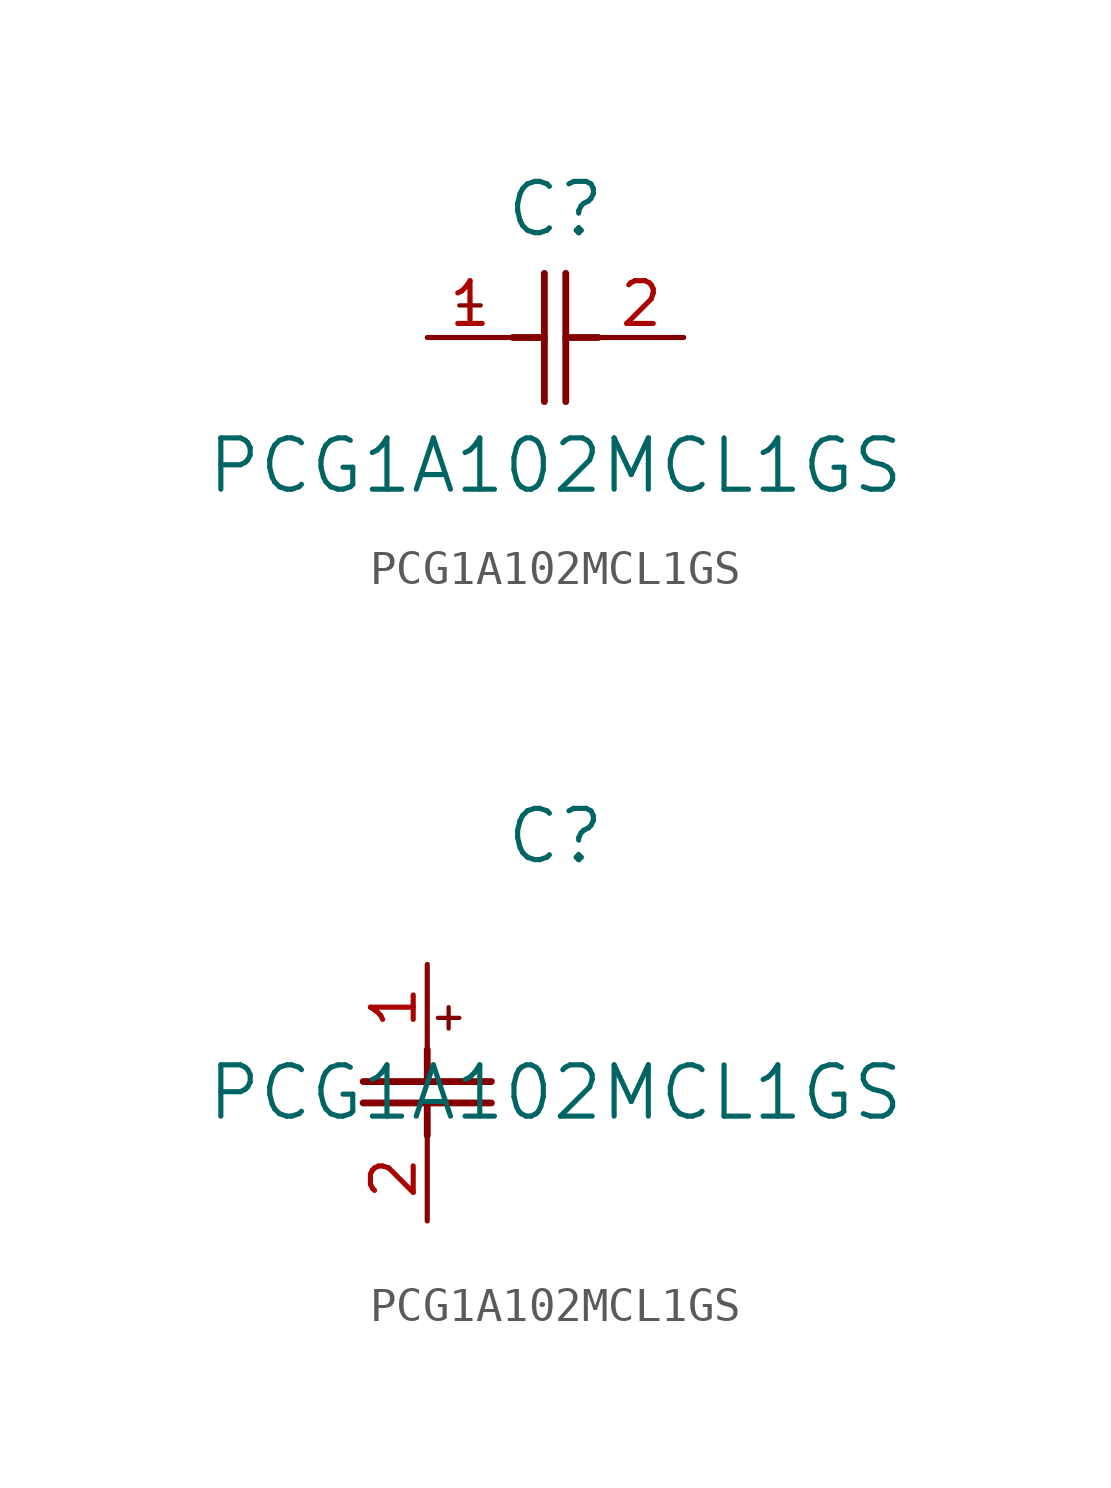
<source format=kicad_sym>
(kicad_symbol_lib
  (version 20211014)
  (generator kicad_symbol_editor)
  (symbol "PCG1A102MCL1GS"
    (pin_names
      (offset 0.254))
    (property "Reference" "C"
      (at 3.81 3.81 0)
      (effects (font (size 1.524 1.524))))
    (property "Value" "PCG1A102MCL1GS"
      (at 3.81 -3.81 0)
      (effects (font (size 1.524 1.524))))
    (symbol "PCG1A102MCL1GS_1_1"
      (polyline (pts (xy 3.48 -1.905) (xy 3.48 1.905)) (stroke (width 0.203) (type default) (color 0 0 0 0)) (fill (type none)))
      (polyline (pts (xy 4.115 -1.905) (xy 4.115 1.905)) (stroke (width 0.203) (type default) (color 0 0 0 0)) (fill (type none)))
      (polyline (pts (xy 4.115 0) (xy 5.08 0)) (stroke (width 0.203) (type default) (color 0 0 0 0)) (fill (type none)))
      (polyline (pts (xy 2.54 0) (xy 3.48 0)) (stroke (width 0.203) (type default) (color 0 0 0 0)) (fill (type none)))
      (polyline (pts (xy 1.27 1.27) (xy 1.27 0.635)) (stroke (width 0.127) (type default) (color 0 0 0 0)) (fill (type none)))
      (polyline (pts (xy 0.953 0.953) (xy 1.587 0.953)) (stroke (width 0.127) (type default) (color 0 0 0 0)) (fill (type none)))
      (pin unspecified line (at 0 0 0) (length 2.54) (name "" (effects (font (size 1.27 1.27)))) (number "1" (effects (font (size 1.27 1.27)))))
      (pin unspecified line (at 7.62 0 180) (length 2.54) (name "" (effects (font (size 1.27 1.27)))) (number "2" (effects (font (size 1.27 1.27))))))
    (symbol "PCG1A102MCL1GS_1_2"
      (polyline (pts (xy -1.905 -3.48) (xy 1.905 -3.48)) (stroke (width 0.203) (type default) (color 0 0 0 0)) (fill (type none)))
      (polyline (pts (xy -1.905 -4.115) (xy 1.905 -4.115)) (stroke (width 0.203) (type default) (color 0 0 0 0)) (fill (type none)))
      (polyline (pts (xy 0 -4.115) (xy 0 -5.08)) (stroke (width 0.203) (type default) (color 0 0 0 0)) (fill (type none)))
      (polyline (pts (xy 0 -2.54) (xy 0 -3.48)) (stroke (width 0.203) (type default) (color 0 0 0 0)) (fill (type none)))
      (polyline (pts (xy 0.635 -1.27) (xy 0.635 -1.905)) (stroke (width 0.127) (type default) (color 0 0 0 0)) (fill (type none)))
      (polyline (pts (xy 0.318 -1.587) (xy 0.953 -1.587)) (stroke (width 0.127) (type default) (color 0 0 0 0)) (fill (type none)))
      (pin unspecified line (at 0 0 270) (length 2.54) (name "" (effects (font (size 1.27 1.27)))) (number "1" (effects (font (size 1.27 1.27)))))
      (pin unspecified line (at 0 -7.62 90) (length 2.54) (name "" (effects (font (size 1.27 1.27)))) (number "2" (effects (font (size 1.27 1.27))))))))
</source>
